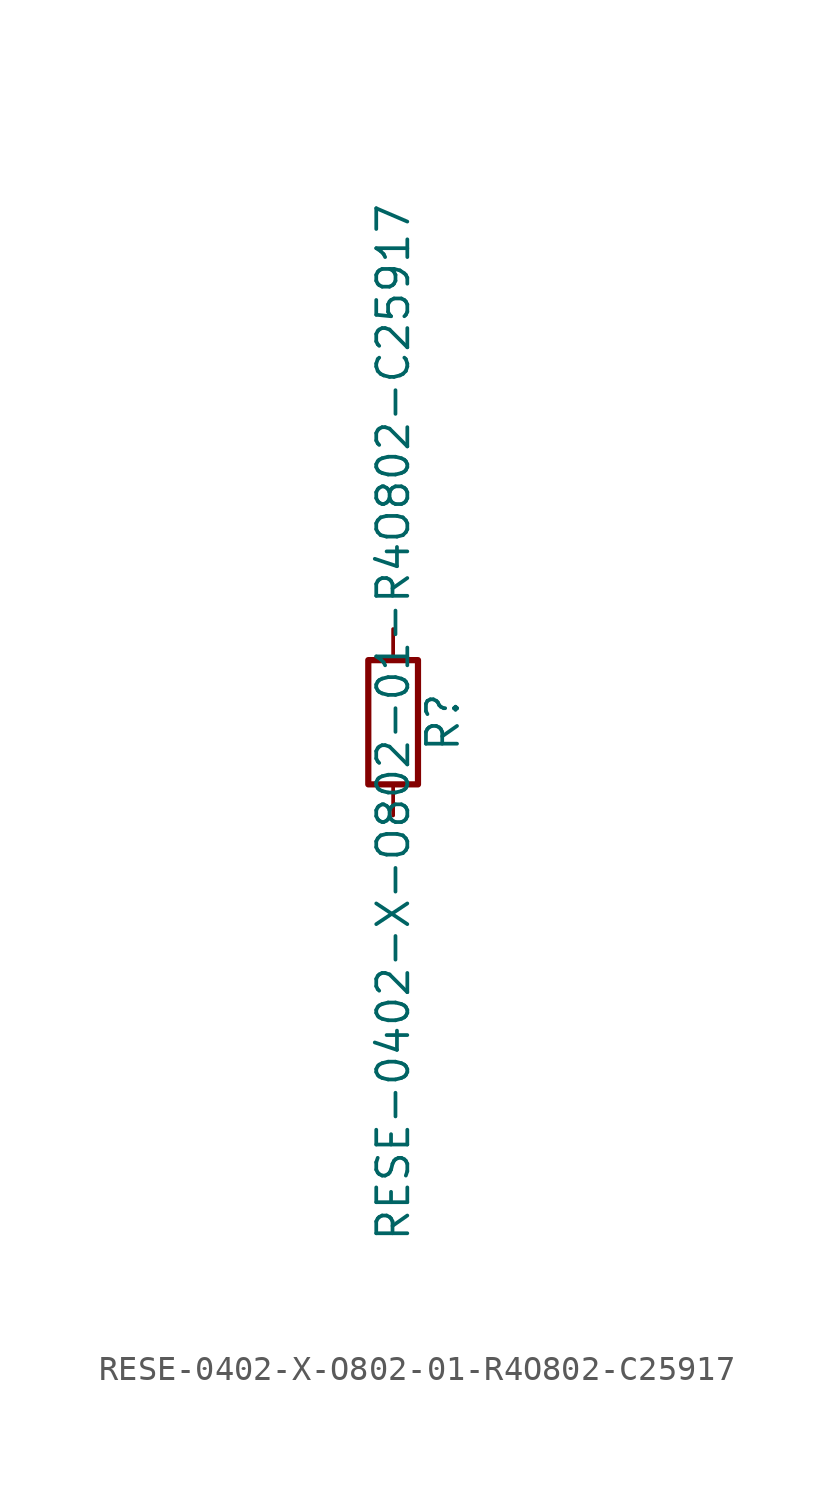
<source format=kicad_sym>
(kicad_symbol_lib
  (version 20211014)
  (generator kicad_symbol_editor)
  (symbol "RESE-0402-X-O802-01-R4O802-C25917"
    (pin_numbers hide)
    (pin_names
      (offset 0))
    (property "Reference" "R"
      (at 2.032 0 90)
      (effects (font (size 1.27 1.27))))
    (property "Value" "RESE-0402-X-O802-01-R4O802-C25917"
      (at 0 0 90)
      (effects (font (size 1.27 1.27))))
    (symbol "RESE-0402-X-O802-01-R4O802-C25917_0_1"
      (rectangle (start -1.016 -2.54) (end 1.016 2.54) (stroke (width 0.254) (type default) (color 0 0 0 0)) (fill (type none))))
    (symbol "RESE-0402-X-O802-01-R4O802-C25917_1_1"
      (pin passive line (at 0 3.81 270) (length 1.27) (name "~" (effects (font (size 1.27 1.27)))) (number "1" (effects (font (size 1.27 1.27)))))
      (pin passive line (at 0 -3.81 90) (length 1.27) (name "~" (effects (font (size 1.27 1.27)))) (number "2" (effects (font (size 1.27 1.27))))))))
</source>
